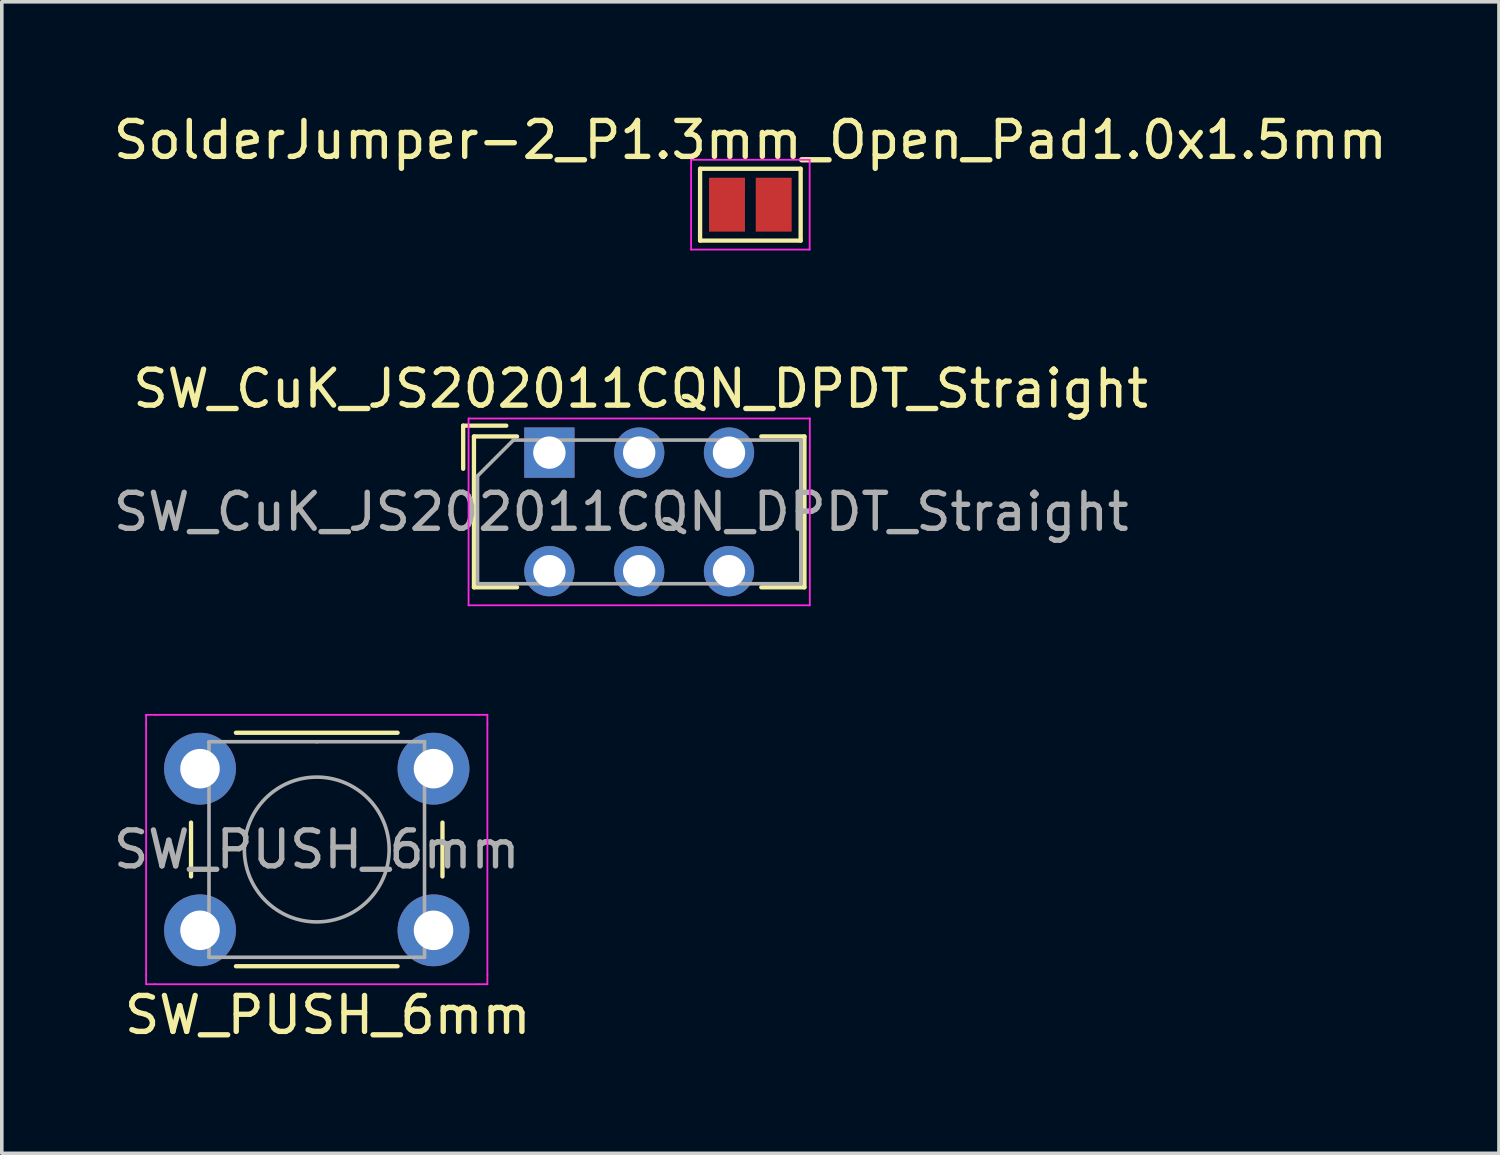
<source format=kicad_pcb>
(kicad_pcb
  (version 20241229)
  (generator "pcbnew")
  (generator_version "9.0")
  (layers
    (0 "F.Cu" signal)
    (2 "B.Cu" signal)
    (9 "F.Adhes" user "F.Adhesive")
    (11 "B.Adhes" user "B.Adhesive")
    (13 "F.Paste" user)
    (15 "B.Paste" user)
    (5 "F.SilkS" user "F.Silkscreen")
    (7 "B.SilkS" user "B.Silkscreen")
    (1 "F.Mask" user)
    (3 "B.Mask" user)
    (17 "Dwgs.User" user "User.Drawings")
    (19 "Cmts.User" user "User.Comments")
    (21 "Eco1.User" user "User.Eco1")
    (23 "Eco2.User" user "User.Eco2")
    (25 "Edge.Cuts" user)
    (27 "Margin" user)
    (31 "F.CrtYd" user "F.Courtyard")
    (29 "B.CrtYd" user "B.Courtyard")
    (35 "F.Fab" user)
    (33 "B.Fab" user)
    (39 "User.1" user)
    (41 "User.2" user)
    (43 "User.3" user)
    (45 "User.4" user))
  (footprint "SolderJumper-2_P1.3mm_Open_Pad1.0x1.5mm"
    (layer "F.Cu")
    (at 17.839 2.648)
    (property "Reference" "SolderJumper-2_P1.3mm_Open_Pad1.0x1.5mm" (at 0 -1.8 0) (layer "F.SilkS") (effects (font (size 1 1) (thickness 0.15))))
    (attr exclude_from_pos_files exclude_from_bom)
    (fp_line (start -1.4 -1) (end 1.4 -1) (stroke (width 0.12) (type solid)) (layer "F.SilkS"))
    (fp_line (start -1.4 1) (end -1.4 -1) (stroke (width 0.12) (type solid)) (layer "F.SilkS"))
    (fp_line (start 1.4 -1) (end 1.4 1) (stroke (width 0.12) (type solid)) (layer "F.SilkS"))
    (fp_line (start 1.4 1) (end -1.4 1) (stroke (width 0.12) (type solid)) (layer "F.SilkS"))
    (fp_line (start -1.65 -1.25) (end -1.65 1.25) (stroke (width 0.05) (type solid)) (layer "F.CrtYd"))
    (fp_line (start -1.65 -1.25) (end 1.65 -1.25) (stroke (width 0.05) (type solid)) (layer "F.CrtYd"))
    (fp_line (start 1.65 1.25) (end -1.65 1.25) (stroke (width 0.05) (type solid)) (layer "F.CrtYd"))
    (fp_line (start 1.65 1.25) (end 1.65 -1.25) (stroke (width 0.05) (type solid)) (layer "F.CrtYd"))
    (pad "1" smd rect (at -0.65 0) (size 1 1.5) (layers "F.Cu" "F.Mask"))
    (pad "2" smd rect (at 0.65 0) (size 1 1.5) (layers "F.Cu" "F.Mask")))
  (footprint "SW_PUSH_6mm"
    (layer "F.Cu")
    (at 2.518 18.349)
    (property "Reference" "SW_PUSH_6mm" (at 3.556 6.858 0) (layer "F.SilkS") (effects (font (size 1 1) (thickness 0.15))))
    (attr through_hole)
    (fp_line (start -0.25 1.5) (end -0.25 3) (stroke (width 0.12) (type solid)) (layer "F.SilkS"))
    (fp_line (start 1 5.5) (end 5.5 5.5) (stroke (width 0.12) (type solid)) (layer "F.SilkS"))
    (fp_line (start 5.5 -1) (end 1 -1) (stroke (width 0.12) (type solid)) (layer "F.SilkS"))
    (fp_line (start 6.75 3) (end 6.75 1.5) (stroke (width 0.12) (type solid)) (layer "F.SilkS"))
    (fp_line (start -1.5 -1.5) (end -1.25 -1.5) (stroke (width 0.05) (type solid)) (layer "F.CrtYd"))
    (fp_line (start -1.5 -1.25) (end -1.5 -1.5) (stroke (width 0.05) (type solid)) (layer "F.CrtYd"))
    (fp_line (start -1.5 5.75) (end -1.5 -1.25) (stroke (width 0.05) (type solid)) (layer "F.CrtYd"))
    (fp_line (start -1.5 5.75) (end -1.5 6) (stroke (width 0.05) (type solid)) (layer "F.CrtYd"))
    (fp_line (start -1.5 6) (end -1.25 6) (stroke (width 0.05) (type solid)) (layer "F.CrtYd"))
    (fp_line (start -1.25 -1.5) (end 7.75 -1.5) (stroke (width 0.05) (type solid)) (layer "F.CrtYd"))
    (fp_line (start 7.75 -1.5) (end 8 -1.5) (stroke (width 0.05) (type solid)) (layer "F.CrtYd"))
    (fp_line (start 7.75 6) (end -1.25 6) (stroke (width 0.05) (type solid)) (layer "F.CrtYd"))
    (fp_line (start 7.75 6) (end 8 6) (stroke (width 0.05) (type solid)) (layer "F.CrtYd"))
    (fp_line (start 8 -1.5) (end 8 -1.25) (stroke (width 0.05) (type solid)) (layer "F.CrtYd"))
    (fp_line (start 8 -1.25) (end 8 5.75) (stroke (width 0.05) (type solid)) (layer "F.CrtYd"))
    (fp_line (start 8 6) (end 8 5.75) (stroke (width 0.05) (type solid)) (layer "F.CrtYd"))
    (fp_line (start 0.25 -0.75) (end 3.25 -0.75) (stroke (width 0.1) (type solid)) (layer "F.Fab"))
    (fp_line (start 0.25 5.25) (end 0.25 -0.75) (stroke (width 0.1) (type solid)) (layer "F.Fab"))
    (fp_line (start 3.25 -0.75) (end 6.25 -0.75) (stroke (width 0.1) (type solid)) (layer "F.Fab"))
    (fp_line (start 6.25 -0.75) (end 6.25 5.25) (stroke (width 0.1) (type solid)) (layer "F.Fab"))
    (fp_line (start 6.25 5.25) (end 0.25 5.25) (stroke (width 0.1) (type solid)) (layer "F.Fab"))
    (fp_circle (center 3.25 2.25) (end 1.25 2.5) (stroke (width 0.1) (type solid)) (fill no) (layer "F.Fab"))
    (fp_text user "${REFERENCE}" (at 3.25 2.25 0) (layer "F.Fab") (effects (font (size 1 1) (thickness 0.15))))
    (pad "1" thru_hole circle (at 0 0 90) (size 2 2) (drill 1.1) (layers "*.Cu" "*.Mask"))
    (pad "1" thru_hole circle (at 6.5 0 90) (size 2 2) (drill 1.1) (layers "*.Cu" "*.Mask"))
    (pad "2" thru_hole circle (at 0 4.5 90) (size 2 2) (drill 1.1) (layers "*.Cu" "*.Mask"))
    (pad "2" thru_hole circle (at 6.5 4.5 90) (size 2 2) (drill 1.1) (layers "*.Cu" "*.Mask")))
  (footprint "SW_CuK_JS202011CQN_DPDT_Straight"
    (layer "F.Cu")
    (at 12.244 9.55)
    (property "Reference" "SW_CuK_JS202011CQN_DPDT_Straight" (at 2.54 -1.778 0) (layer "F.SilkS") (effects (font (size 1 1) (thickness 0.15))))
    (attr through_hole)
    (fp_line (start -2.4 -0.75) (end -2.4 0.45) (stroke (width 0.12) (type solid)) (layer "F.SilkS"))
    (fp_line (start -2.1 -0.45) (end -2.1 3.75) (stroke (width 0.12) (type solid)) (layer "F.SilkS"))
    (fp_line (start -2.1 3.75) (end -0.9 3.75) (stroke (width 0.12) (type solid)) (layer "F.SilkS"))
    (fp_line (start -1.2 -0.75) (end -2.4 -0.75) (stroke (width 0.12) (type solid)) (layer "F.SilkS"))
    (fp_line (start -0.9 -0.45) (end -2.1 -0.45) (stroke (width 0.12) (type solid)) (layer "F.SilkS"))
    (fp_line (start 5.9 -0.45) (end 7.1 -0.45) (stroke (width 0.12) (type solid)) (layer "F.SilkS"))
    (fp_line (start 7.1 -0.45) (end 7.1 3.75) (stroke (width 0.12) (type solid)) (layer "F.SilkS"))
    (fp_line (start 7.1 3.75) (end 5.9 3.75) (stroke (width 0.12) (type solid)) (layer "F.SilkS"))
    (fp_line (start -2.25 -0.95) (end 7.25 -0.95) (stroke (width 0.05) (type solid)) (layer "F.CrtYd"))
    (fp_line (start -2.25 4.25) (end -2.25 -0.95) (stroke (width 0.05) (type solid)) (layer "F.CrtYd"))
    (fp_line (start 7.25 -0.95) (end 7.25 4.25) (stroke (width 0.05) (type solid)) (layer "F.CrtYd"))
    (fp_line (start 7.25 4.25) (end -2.25 4.25) (stroke (width 0.05) (type solid)) (layer "F.CrtYd"))
    (fp_line (start -2 3.65) (end -2 0.65) (stroke (width 0.1) (type solid)) (layer "F.Fab"))
    (fp_line (start -1 -0.35) (end -2 0.65) (stroke (width 0.1) (type solid)) (layer "F.Fab"))
    (fp_line (start -1 -0.35) (end 7 -0.35) (stroke (width 0.1) (type solid)) (layer "F.Fab"))
    (fp_line (start 7 -0.35) (end 7 3.65) (stroke (width 0.1) (type solid)) (layer "F.Fab"))
    (fp_line (start 7 3.65) (end -2 3.65) (stroke (width 0.1) (type solid)) (layer "F.Fab"))
    (fp_text user "${REFERENCE}" (at 2 1.65 0) (layer "F.Fab") (effects (font (size 1 1) (thickness 0.15))))
    (pad "1" thru_hole rect (at 0 0) (size 1.4 1.4) (drill 0.9) (layers "*.Cu" "*.Mask"))
    (pad "2" thru_hole circle (at 2.5 0) (size 1.4 1.4) (drill 0.9) (layers "*.Cu" "*.Mask"))
    (pad "3" thru_hole circle (at 5 0) (size 1.4 1.4) (drill 0.9) (layers "*.Cu" "*.Mask"))
    (pad "4" thru_hole circle (at 0 3.3) (size 1.4 1.4) (drill 0.9) (layers "*.Cu" "*.Mask"))
    (pad "5" thru_hole circle (at 2.5 3.3) (size 1.4 1.4) (drill 0.9) (layers "*.Cu" "*.Mask"))
    (pad "6" thru_hole circle (at 5 3.3) (size 1.4 1.4) (drill 0.9) (layers "*.Cu" "*.Mask")))
  (gr_rect
    (start -3 -3)
    (end 38.679 29.056)
    (stroke (width 0.1) (type default))
    (fill no)
    (layer "Edge.Cuts")))
</source>
